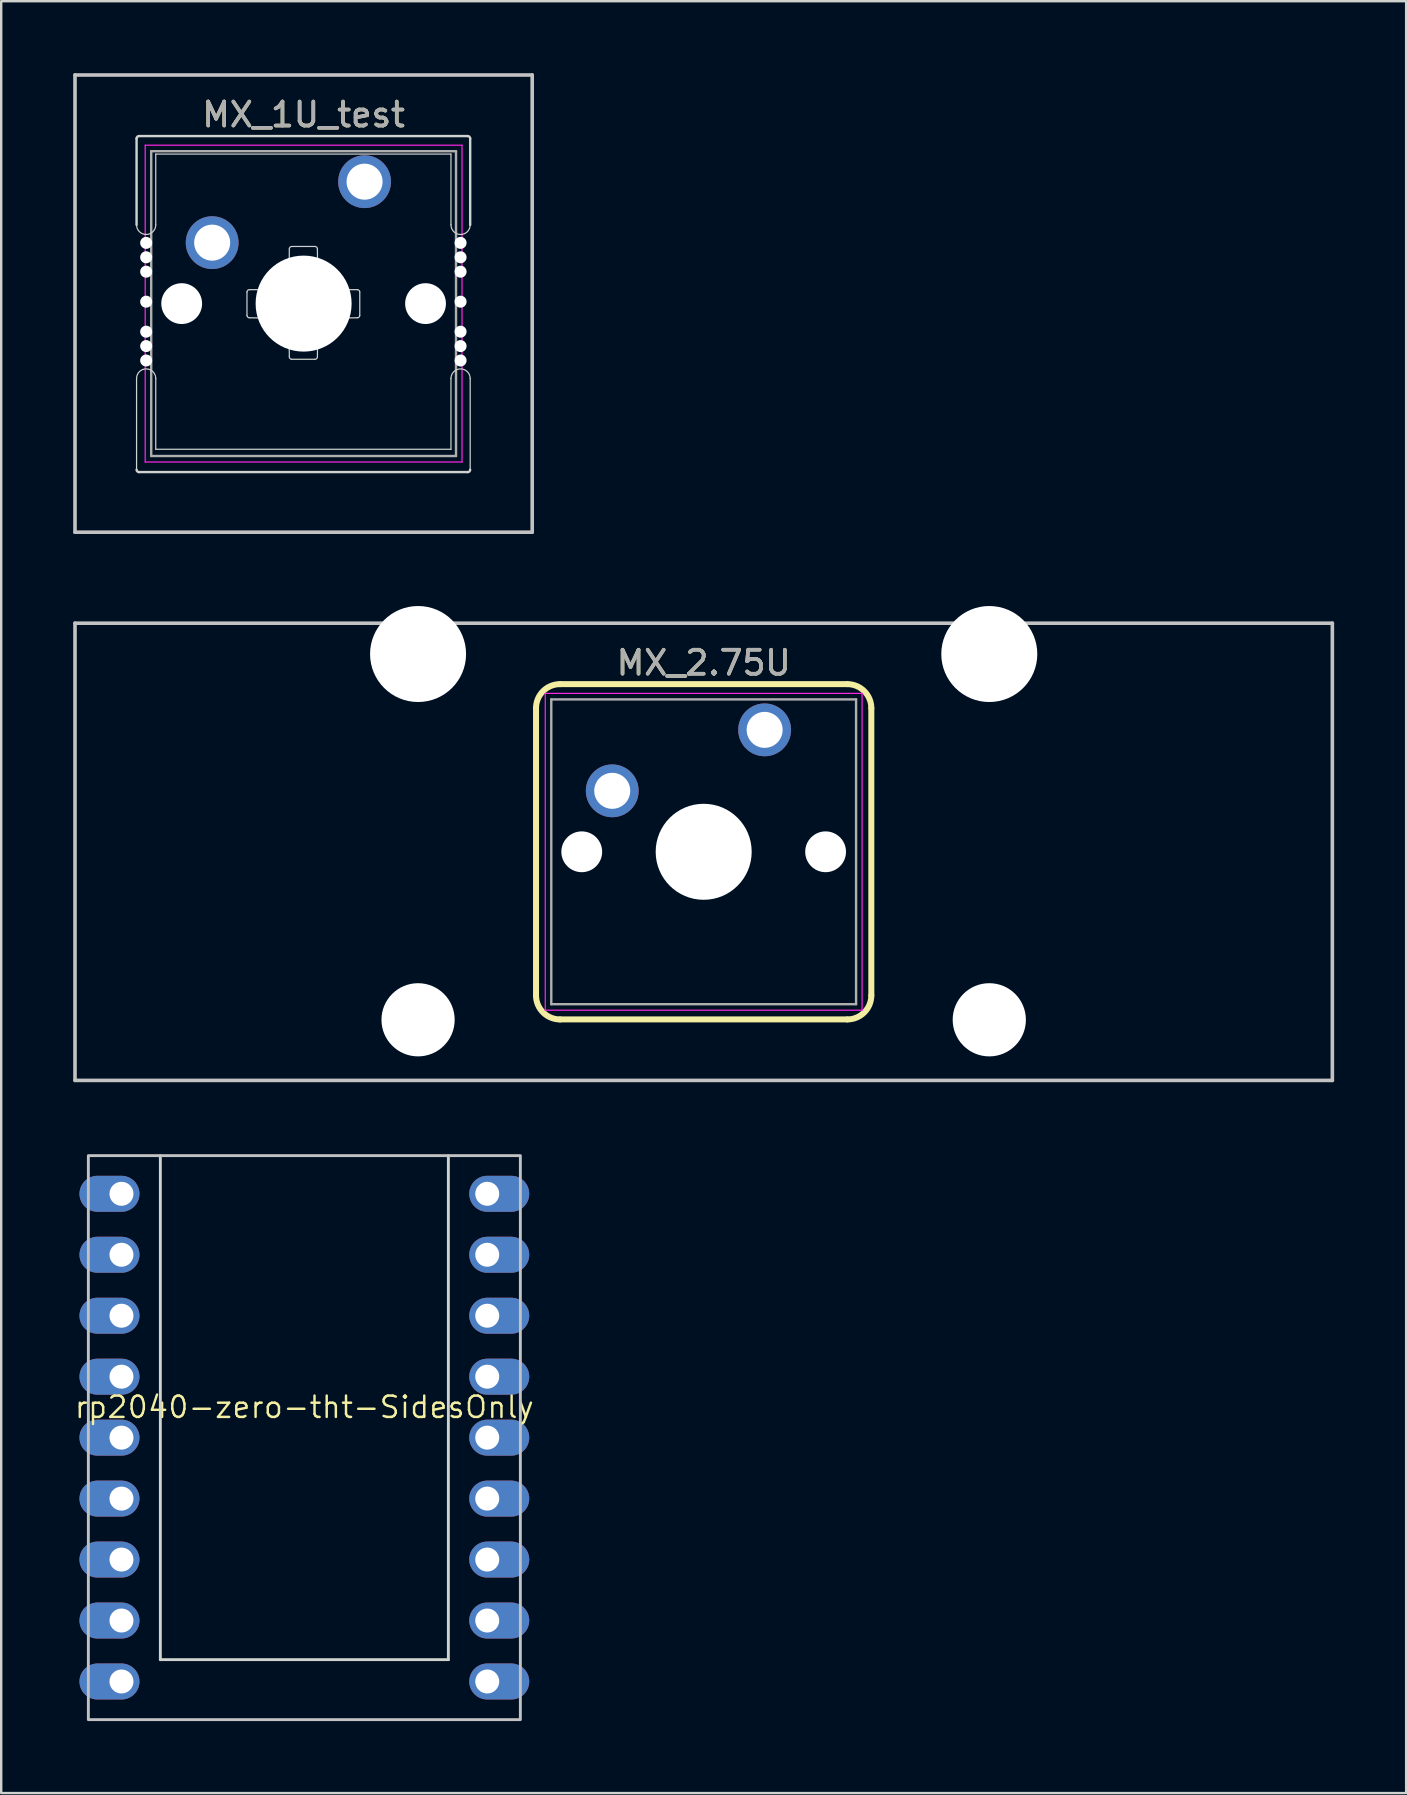
<source format=kicad_pcb>
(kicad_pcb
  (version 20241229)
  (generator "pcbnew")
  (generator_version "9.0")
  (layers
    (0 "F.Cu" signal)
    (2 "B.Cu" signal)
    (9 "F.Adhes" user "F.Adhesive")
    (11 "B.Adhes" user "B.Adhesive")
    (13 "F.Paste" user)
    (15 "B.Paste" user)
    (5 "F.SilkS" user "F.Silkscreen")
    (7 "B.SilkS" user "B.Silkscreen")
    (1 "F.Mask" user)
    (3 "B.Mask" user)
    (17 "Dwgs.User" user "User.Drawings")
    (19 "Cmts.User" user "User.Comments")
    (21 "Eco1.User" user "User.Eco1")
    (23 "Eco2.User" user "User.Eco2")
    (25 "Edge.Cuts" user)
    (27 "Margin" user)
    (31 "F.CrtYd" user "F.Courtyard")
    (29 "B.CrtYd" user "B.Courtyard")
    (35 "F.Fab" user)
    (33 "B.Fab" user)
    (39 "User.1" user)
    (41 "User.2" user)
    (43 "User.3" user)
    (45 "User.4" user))
  (footprint "MX_2.75U"
    (layer "F.Cu")
    (at 28.809 27.36)
    (property "Reference" "MX_2.75U" (at -2.54 -2.794 0) (layer "F.SilkS") (effects (font (size 1 1) (thickness 0.15))))
    (attr through_hole)
    (fp_line (start -9.525 11.065) (end -9.525 -0.905) (stroke (width 0.25) (type default)) (layer "F.SilkS"))
    (fp_line (start -8.525 -1.905) (end 3.445 -1.905) (stroke (width 0.25) (type default)) (layer "F.SilkS"))
    (fp_line (start 3.445 12.065) (end -8.525 12.065) (stroke (width 0.25) (type default)) (layer "F.SilkS"))
    (fp_line (start 4.445 -0.905) (end 4.445 11.065) (stroke (width 0.25) (type default)) (layer "F.SilkS"))
    (fp_arc (start -9.525 -0.905) (mid -9.232107 -1.612107) (end -8.525 -1.905) (stroke (width 0.25) (type default)) (layer "F.SilkS"))
    (fp_arc (start -8.525 12.065) (mid -9.232107 11.772107) (end -9.525 11.065) (stroke (width 0.25) (type default)) (layer "F.SilkS"))
    (fp_arc (start 3.445 -1.905) (mid 4.152107 -1.612107) (end 4.445 -0.905) (stroke (width 0.25) (type default)) (layer "F.SilkS"))
    (fp_arc (start 4.445 11.065) (mid 4.152107 11.772107) (end 3.445 12.065) (stroke (width 0.25) (type default)) (layer "F.SilkS"))
    (fp_line (start -28.734 -4.445) (end 23.654 -4.445) (stroke (width 0.15) (type solid)) (layer "Dwgs.User"))
    (fp_line (start -28.734 14.605) (end -28.734 -4.445) (stroke (width 0.15) (type solid)) (layer "Dwgs.User"))
    (fp_line (start 23.654 -4.445) (end 23.654 14.605) (stroke (width 0.15) (type solid)) (layer "Dwgs.User"))
    (fp_line (start 23.654 14.605) (end -28.734 14.605) (stroke (width 0.15) (type solid)) (layer "Dwgs.User"))
    (fp_line (start -9.14 -1.52) (end 4.06 -1.52) (stroke (width 0.05) (type solid)) (layer "F.CrtYd"))
    (fp_line (start -9.14 11.68) (end -9.14 -1.52) (stroke (width 0.05) (type solid)) (layer "F.CrtYd"))
    (fp_line (start 4.06 -1.52) (end 4.06 11.68) (stroke (width 0.05) (type solid)) (layer "F.CrtYd"))
    (fp_line (start 4.06 11.68) (end -9.14 11.68) (stroke (width 0.05) (type solid)) (layer "F.CrtYd"))
    (fp_line (start -8.89 -1.27) (end 3.81 -1.27) (stroke (width 0.1) (type solid)) (layer "F.Fab"))
    (fp_line (start -8.89 11.43) (end -8.89 -1.27) (stroke (width 0.1) (type solid)) (layer "F.Fab"))
    (fp_line (start 3.81 -1.27) (end 3.81 11.43) (stroke (width 0.1) (type solid)) (layer "F.Fab"))
    (fp_line (start 3.81 11.43) (end -8.89 11.43) (stroke (width 0.1) (type solid)) (layer "F.Fab"))
    (fp_text user "${REFERENCE}" (at -2.54 -2.794 0) (layer "F.Fab") (effects (font (size 1 1) (thickness 0.15))))
    (pad "" np_thru_hole circle (at -14.44 -3.16 180) (size 4 4) (drill 4) (layers "*.Cu" "*.Mask"))
    (pad "" np_thru_hole circle (at -14.44 12.08 180) (size 3.05 3.05) (drill 3.05) (layers "*.Cu" "*.Mask"))
    (pad "" np_thru_hole circle (at -7.62 5.08) (size 1.7 1.7) (drill 1.7) (layers "*.Cu" "*.Mask"))
    (pad "" np_thru_hole circle (at -2.54 5.08) (size 4 4) (drill 4) (layers "*.Cu" "*.Mask"))
    (pad "" np_thru_hole circle (at 2.54 5.08) (size 1.7 1.7) (drill 1.7) (layers "*.Cu" "*.Mask"))
    (pad "" np_thru_hole circle (at 9.36 -3.16 180) (size 4 4) (drill 4) (layers "*.Cu" "*.Mask"))
    (pad "" np_thru_hole circle (at 9.36 12.08 180) (size 3.05 3.05) (drill 3.05) (layers "*.Cu" "*.Mask"))
    (pad "1" thru_hole circle (at 0 0) (size 2.2 2.2) (drill 1.5) (layers "*.Cu" "*.Mask"))
    (pad "2" thru_hole circle (at -6.35 2.54) (size 2.2 2.2) (drill 1.5) (layers "*.Cu" "*.Mask")))
  (footprint "rp2040-zero-tht-SidesOnly"
    (layer "F.Cu")
    (at 9.631 56.85)
    (property "Reference" "rp2040-zero-tht-SidesOnly" (at 0 -1.27 0) (layer "F.SilkS") (effects (font (size 0.889 0.889) (thickness 0.102))))
    (attr through_hole exclude_from_pos_files)
    (fp_rect (start -9 -11.75) (end 9 11.75) (stroke (width 0.12) (type solid)) (fill no) (layer "Dwgs.User"))
    (fp_line (start -6 -11.75) (end -6 9.25) (stroke (width 0.12) (type solid)) (layer "Edge.Cuts"))
    (fp_line (start -6 9.25) (end 6 9.25) (stroke (width 0.12) (type solid)) (layer "Edge.Cuts"))
    (fp_line (start 6 9.25) (end 6 -11.75) (stroke (width 0.12) (type solid)) (layer "Edge.Cuts"))
    (pad "1" thru_hole oval (at 7.62 -10.16 180) (size 2.5 1.5) (drill 1 (offset -0.5 0)) (layers "*.Cu" "*.Mask"))
    (pad "2" thru_hole oval (at 7.62 -7.62 180) (size 2.5 1.5) (drill 1 (offset -0.5 0)) (layers "*.Cu" "*.Mask"))
    (pad "3" thru_hole oval (at 7.62 -5.08 180) (size 2.5 1.5) (drill 1 (offset -0.5 0)) (layers "*.Cu" "*.Mask"))
    (pad "4" thru_hole oval (at 7.62 -2.54 180) (size 2.5 1.5) (drill 1 (offset -0.5 0)) (layers "*.Cu" "*.Mask"))
    (pad "5" thru_hole oval (at 7.62 0 180) (size 2.5 1.5) (drill 1 (offset -0.5 0)) (layers "*.Cu" "*.Mask"))
    (pad "6" thru_hole oval (at 7.62 2.54 180) (size 2.5 1.5) (drill 1 (offset -0.5 0)) (layers "*.Cu" "*.Mask"))
    (pad "7" thru_hole oval (at 7.62 5.08 180) (size 2.5 1.5) (drill 1 (offset -0.5 0)) (layers "*.Cu" "*.Mask"))
    (pad "8" thru_hole oval (at 7.62 7.62 180) (size 2.5 1.5) (drill 1 (offset -0.5 0)) (layers "*.Cu" "*.Mask"))
    (pad "9" thru_hole oval (at 7.62 10.16 180) (size 2.5 1.5) (drill 1 (offset -0.5 0)) (layers "*.Cu" "*.Mask"))
    (pad "15" thru_hole oval (at -7.62 10.16) (size 2.5 1.5) (drill 1 (offset -0.5 0)) (layers "*.Cu" "*.Mask"))
    (pad "16" thru_hole oval (at -7.62 7.62) (size 2.5 1.5) (drill 1 (offset -0.5 0)) (layers "*.Cu" "*.Mask"))
    (pad "17" thru_hole oval (at -7.62 5.08) (size 2.5 1.5) (drill 1 (offset -0.5 0)) (layers "*.Cu" "*.Mask"))
    (pad "18" thru_hole oval (at -7.62 2.54) (size 2.5 1.5) (drill 1 (offset -0.5 0)) (layers "*.Cu" "*.Mask"))
    (pad "19" thru_hole oval (at -7.62 0) (size 2.5 1.5) (drill 1 (offset -0.5 0)) (layers "*.Cu" "*.Mask"))
    (pad "20" thru_hole oval (at -7.62 -2.54) (size 2.5 1.5) (drill 1 (offset -0.5 0)) (layers "*.Cu" "*.Mask"))
    (pad "21" thru_hole oval (at -7.62 -5.08) (size 2.5 1.5) (drill 1 (offset -0.5 0)) (layers "*.Cu" "*.Mask"))
    (pad "22" thru_hole oval (at -7.62 -7.62) (size 2.5 1.5) (drill 1 (offset -0.5 0)) (layers "*.Cu" "*.Mask"))
    (pad "23" thru_hole oval (at -7.62 -10.16) (size 2.5 1.5) (drill 1 (offset -0.5 0)) (layers "*.Cu" "*.Mask")))
  (footprint "MX_1U_test"
    (layer "F.Cu")
    (at 12.14 4.52)
    (property "Reference" "MX_1U_test" (at -2.54 -2.794 0) (layer "F.SilkS") (effects (font (size 1 1) (thickness 0.15))))
    (attr through_hole)
    (fp_line (start -12.065 -4.445) (end 6.985 -4.445) (stroke (width 0.15) (type solid)) (layer "Dwgs.User"))
    (fp_line (start -12.065 14.605) (end -12.065 -4.445) (stroke (width 0.15) (type solid)) (layer "Dwgs.User"))
    (fp_line (start 6.985 -4.445) (end 6.985 14.605) (stroke (width 0.15) (type solid)) (layer "Dwgs.User"))
    (fp_line (start 6.985 14.605) (end -12.065 14.605) (stroke (width 0.15) (type solid)) (layer "Dwgs.User"))
    (fp_line (start -9.5 1.8) (end -9.5 -1.8) (stroke (width 0.1) (type default)) (layer "Edge.Cuts"))
    (fp_line (start -9.5 12) (end -9.5 8.2) (stroke (width 0.05) (type default)) (layer "Edge.Cuts"))
    (fp_line (start -9.4 -1.9) (end 4.3 -1.9) (stroke (width 0.1) (type default)) (layer "Edge.Cuts"))
    (fp_line (start -8.7 -1.15) (end 3.6 -1.15) (stroke (width 0.05) (type default)) (layer "Edge.Cuts"))
    (fp_line (start -8.7 1.8) (end -8.7 -1.15) (stroke (width 0.05) (type default)) (layer "Edge.Cuts"))
    (fp_line (start -8.7 11.15) (end -8.7 8.2) (stroke (width 0.05) (type default)) (layer "Edge.Cuts"))
    (fp_line (start -4.9 4.6) (end -4.9 5.57) (stroke (width 0.05) (type default)) (layer "Edge.Cuts"))
    (fp_line (start -4.8 5.67) (end -3.15 5.7) (stroke (width 0.05) (type default)) (layer "Edge.Cuts"))
    (fp_line (start -3.15 4.5) (end -4.8 4.5) (stroke (width 0.05) (type default)) (layer "Edge.Cuts"))
    (fp_line (start -3.135 2.8) (end -3.15 4.5) (stroke (width 0.05) (type default)) (layer "Edge.Cuts"))
    (fp_line (start -3.135 7.3) (end -3.15 5.7) (stroke (width 0.05) (type default)) (layer "Edge.Cuts"))
    (fp_line (start -3.035 2.7) (end -2.065 2.7) (stroke (width 0.05) (type default)) (layer "Edge.Cuts"))
    (fp_line (start -2.065 7.4) (end -3.035 7.4) (stroke (width 0.05) (type default)) (layer "Edge.Cuts"))
    (fp_line (start -1.965 2.8) (end -1.95 4.5) (stroke (width 0.05) (type default)) (layer "Edge.Cuts"))
    (fp_line (start -1.965 7.3) (end -1.95 5.7) (stroke (width 0.05) (type default)) (layer "Edge.Cuts"))
    (fp_line (start -0.3 4.5) (end -1.95 4.5) (stroke (width 0.05) (type default)) (layer "Edge.Cuts"))
    (fp_line (start -0.3 5.67) (end -1.95 5.7) (stroke (width 0.05) (type default)) (layer "Edge.Cuts"))
    (fp_line (start -0.2 5.57) (end -0.2 4.6) (stroke (width 0.05) (type default)) (layer "Edge.Cuts"))
    (fp_line (start 3.6 1.8) (end 3.6 -1.15) (stroke (width 0.05) (type default)) (layer "Edge.Cuts"))
    (fp_line (start 3.6 11.15) (end -8.7 11.15) (stroke (width 0.05) (type default)) (layer "Edge.Cuts"))
    (fp_line (start 3.6 11.15) (end 3.6 8.2) (stroke (width 0.05) (type default)) (layer "Edge.Cuts"))
    (fp_line (start 4.3 12.1) (end -9.4 12.1) (stroke (width 0.1) (type default)) (layer "Edge.Cuts"))
    (fp_line (start 4.4 -1.8) (end 4.4 1.8) (stroke (width 0.1) (type default)) (layer "Edge.Cuts"))
    (fp_line (start 4.4 8.2) (end 4.4 12) (stroke (width 0.05) (type default)) (layer "Edge.Cuts"))
    (fp_arc (start -9.5 -1.8) (mid -9.470711 -1.870711) (end -9.4 -1.9) (stroke (width 0.1) (type default)) (layer "Edge.Cuts"))
    (fp_arc (start -9.5 8.2) (mid -9.1 7.8) (end -8.7 8.2) (stroke (width 0.05) (type default)) (layer "Edge.Cuts"))
    (fp_arc (start -9.4 12.1) (mid -9.470711 12.070711) (end -9.5 12) (stroke (width 0.1) (type default)) (layer "Edge.Cuts"))
    (fp_arc (start -8.7 1.8) (mid -9.1 2.2) (end -9.5 1.8) (stroke (width 0.05) (type default)) (layer "Edge.Cuts"))
    (fp_arc (start -4.9 4.6) (mid -4.870711 4.529289) (end -4.8 4.5) (stroke (width 0.05) (type default)) (layer "Edge.Cuts"))
    (fp_arc (start -4.8 5.67) (mid -4.870711 5.640711) (end -4.9 5.57) (stroke (width 0.05) (type default)) (layer "Edge.Cuts"))
    (fp_arc (start -3.135 2.8) (mid -3.105711 2.729289) (end -3.035 2.7) (stroke (width 0.05) (type default)) (layer "Edge.Cuts"))
    (fp_arc (start -3.035 7.4) (mid -3.105711 7.370711) (end -3.135 7.3) (stroke (width 0.05) (type default)) (layer "Edge.Cuts"))
    (fp_arc (start -2.065 2.7) (mid -1.994289 2.729289) (end -1.965 2.8) (stroke (width 0.05) (type default)) (layer "Edge.Cuts"))
    (fp_arc (start -1.965 7.3) (mid -1.994289 7.370711) (end -2.065 7.4) (stroke (width 0.05) (type default)) (layer "Edge.Cuts"))
    (fp_arc (start -0.3 4.5) (mid -0.229289 4.529289) (end -0.2 4.6) (stroke (width 0.05) (type default)) (layer "Edge.Cuts"))
    (fp_arc (start -0.2 5.57) (mid -0.229289 5.640711) (end -0.3 5.67) (stroke (width 0.05) (type default)) (layer "Edge.Cuts"))
    (fp_arc (start 3.6 8.2) (mid 4 7.8) (end 4.4 8.2) (stroke (width 0.05) (type default)) (layer "Edge.Cuts"))
    (fp_arc (start 4.3 -1.9) (mid 4.370711 -1.870711) (end 4.4 -1.8) (stroke (width 0.1) (type default)) (layer "Edge.Cuts"))
    (fp_arc (start 4.4 1.8) (mid 4 2.2) (end 3.6 1.8) (stroke (width 0.05) (type default)) (layer "Edge.Cuts"))
    (fp_arc (start 4.4 12) (mid 4.370711 12.070711) (end 4.3 12.1) (stroke (width 0.1) (type default)) (layer "Edge.Cuts"))
    (fp_line (start -9.14 -1.52) (end 4.06 -1.52) (stroke (width 0.05) (type solid)) (layer "F.CrtYd"))
    (fp_line (start -9.14 11.68) (end -9.14 -1.52) (stroke (width 0.05) (type solid)) (layer "F.CrtYd"))
    (fp_line (start 4.06 -1.52) (end 4.06 11.68) (stroke (width 0.05) (type solid)) (layer "F.CrtYd"))
    (fp_line (start 4.06 11.68) (end -9.14 11.68) (stroke (width 0.05) (type solid)) (layer "F.CrtYd"))
    (fp_line (start -8.89 -1.27) (end 3.81 -1.27) (stroke (width 0.1) (type solid)) (layer "F.Fab"))
    (fp_line (start -8.89 11.43) (end -8.89 -1.27) (stroke (width 0.1) (type solid)) (layer "F.Fab"))
    (fp_line (start 3.81 -1.27) (end 3.81 11.43) (stroke (width 0.1) (type solid)) (layer "F.Fab"))
    (fp_line (start 3.81 11.43) (end -8.89 11.43) (stroke (width 0.1) (type solid)) (layer "F.Fab"))
    (fp_text user "${REFERENCE}" (at -2.54 -2.794 0) (layer "F.Fab") (effects (font (size 1 1) (thickness 0.15))))
    (pad "" np_thru_hole circle (at -9.1 2.55) (size 0.5 0.5) (drill 0.5) (layers "*.Cu" "*.Mask"))
    (pad "" np_thru_hole circle (at -9.1 3.15) (size 0.5 0.5) (drill 0.5) (layers "*.Cu" "*.Mask"))
    (pad "" np_thru_hole circle (at -9.1 3.75) (size 0.5 0.5) (drill 0.5) (layers "*.Cu" "*.Mask"))
    (pad "" np_thru_hole circle (at -9.1 5) (size 0.5 0.5) (drill 0.5) (layers "*.Cu" "*.Mask"))
    (pad "" np_thru_hole circle (at -9.1 6.25) (size 0.5 0.5) (drill 0.5) (layers "*.Cu" "*.Mask"))
    (pad "" np_thru_hole circle (at -9.1 6.85) (size 0.5 0.5) (drill 0.5) (layers "*.Cu" "*.Mask"))
    (pad "" np_thru_hole circle (at -9.1 7.45) (size 0.5 0.5) (drill 0.5) (layers "*.Cu" "*.Mask"))
    (pad "" np_thru_hole circle (at -7.62 5.08) (size 1.7 1.7) (drill 1.7) (layers "*.Cu" "*.Mask"))
    (pad "" np_thru_hole circle (at -2.54 5.08) (size 4 4) (drill 4) (layers "*.Cu" "*.Mask"))
    (pad "" np_thru_hole circle (at 2.54 5.08) (size 1.7 1.7) (drill 1.7) (layers "*.Cu" "*.Mask"))
    (pad "" np_thru_hole circle (at 4 2.55) (size 0.5 0.5) (drill 0.5) (layers "*.Cu" "*.Mask"))
    (pad "" np_thru_hole circle (at 4 3.15) (size 0.5 0.5) (drill 0.5) (layers "*.Cu" "*.Mask"))
    (pad "" np_thru_hole circle (at 4 3.75) (size 0.5 0.5) (drill 0.5) (layers "*.Cu" "*.Mask"))
    (pad "" np_thru_hole circle (at 4 5) (size 0.5 0.5) (drill 0.5) (layers "*.Cu" "*.Mask"))
    (pad "" np_thru_hole circle (at 4 6.25) (size 0.5 0.5) (drill 0.5) (layers "*.Cu" "*.Mask"))
    (pad "" np_thru_hole circle (at 4 6.85) (size 0.5 0.5) (drill 0.5) (layers "*.Cu" "*.Mask"))
    (pad "" np_thru_hole circle (at 4 7.45) (size 0.5 0.5) (drill 0.5) (layers "*.Cu" "*.Mask"))
    (pad "1" thru_hole circle (at 0 0) (size 2.2 2.2) (drill 1.5) (layers "*.Cu" "*.Mask"))
    (pad "2" thru_hole circle (at -6.35 2.54) (size 2.2 2.2) (drill 1.5) (layers "*.Cu" "*.Mask")))
  (gr_rect
    (start -3 -3)
    (end 55.538 71.66)
    (stroke (width 0.1) (type default))
    (fill no)
    (layer "Edge.Cuts")))
</source>
